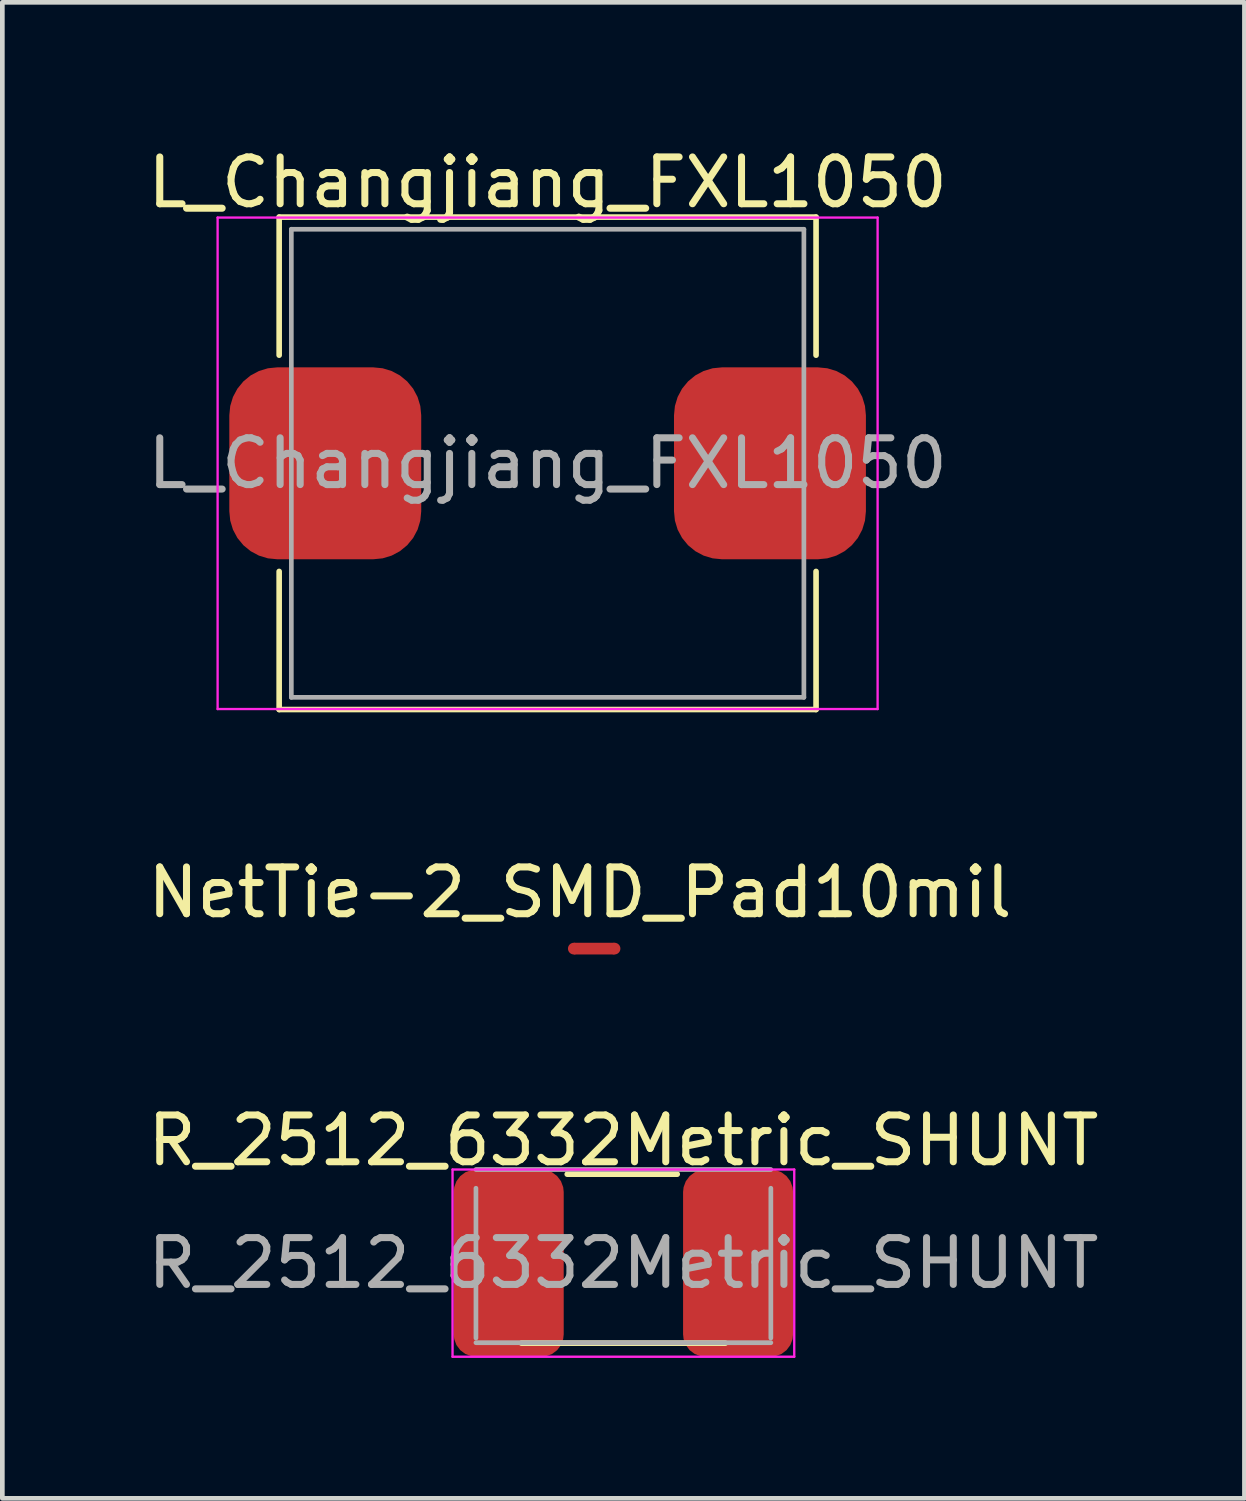
<source format=kicad_pcb>
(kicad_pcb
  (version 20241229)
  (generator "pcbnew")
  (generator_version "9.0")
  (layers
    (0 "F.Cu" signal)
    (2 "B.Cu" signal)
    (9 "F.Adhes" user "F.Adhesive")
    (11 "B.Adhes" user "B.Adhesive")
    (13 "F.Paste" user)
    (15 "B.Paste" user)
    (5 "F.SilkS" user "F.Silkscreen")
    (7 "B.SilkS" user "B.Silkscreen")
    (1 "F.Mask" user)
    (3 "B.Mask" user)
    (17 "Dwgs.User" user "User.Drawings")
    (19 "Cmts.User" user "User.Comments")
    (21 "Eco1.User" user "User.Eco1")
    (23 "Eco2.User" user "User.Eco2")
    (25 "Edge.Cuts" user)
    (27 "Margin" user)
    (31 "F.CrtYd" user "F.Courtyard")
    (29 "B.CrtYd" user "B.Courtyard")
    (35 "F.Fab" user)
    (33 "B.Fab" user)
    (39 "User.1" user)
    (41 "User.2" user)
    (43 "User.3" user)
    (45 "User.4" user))
  (footprint "NetTie-2_SMD_Pad10mil"
    (layer "F.Cu")
    (at 9.339 17.216)
    (property "Reference" "NetTie-2_SMD_Pad10mil" (at 0 -1.2 0) (layer "F.SilkS") (effects (font (size 1 1) (thickness 0.15))))
    (attr exclude_from_pos_files exclude_from_bom allow_missing_courtyard)
    (fp_poly (pts (xy -0.13 -0.125) (xy 0.74 -0.125) (xy 0.74 0.125) (xy -0.13 0.125)) (stroke (width 0) (type solid)) (fill yes) (layer "F.Cu"))
    (pad "1" smd circle (at -0.13 0) (size 0.25 0.25) (layers "F.Cu"))
    (pad "2" smd circle (at 0.74 0) (size 0.25 0.25) (layers "F.Cu")))
  (footprint "R_2512_6332Metric_SHUNT"
    (layer "F.Cu")
    (at 10.268 23.935)
    (property "Reference" "R_2512_6332Metric_SHUNT" (at 0 -2.62 0) (layer "F.SilkS") (effects (font (size 1 1) (thickness 0.15))))
    (attr smd)
    (fp_line (start -2.177 1.71) (end 2.177 1.71) (stroke (width 0.12) (type solid)) (layer "F.SilkS"))
    (fp_line (start -1.2 -1.9) (end 1.15 -1.9) (stroke (width 0.12) (type solid)) (layer "F.SilkS"))
    (fp_line (start -3.65 -2) (end 3.65 -2) (stroke (width 0.05) (type solid)) (layer "F.CrtYd"))
    (fp_line (start -3.65 2) (end -3.65 -2) (stroke (width 0.05) (type solid)) (layer "F.CrtYd"))
    (fp_line (start 3.65 -2) (end 3.65 2) (stroke (width 0.05) (type solid)) (layer "F.CrtYd"))
    (fp_line (start 3.65 2) (end -3.65 2) (stroke (width 0.05) (type solid)) (layer "F.CrtYd"))
    (fp_line (start -3.15 -2) (end 3.15 -2) (stroke (width 0.1) (type solid)) (layer "F.Fab"))
    (fp_line (start -3.15 1.6) (end -3.15 -1.6) (stroke (width 0.1) (type solid)) (layer "F.Fab"))
    (fp_line (start 3.15 -1.6) (end 3.15 1.6) (stroke (width 0.1) (type solid)) (layer "F.Fab"))
    (fp_line (start 3.15 1.7) (end -3.15 1.7) (stroke (width 0.1) (type solid)) (layer "F.Fab"))
    (fp_text user "${REFERENCE}" (at 0 0 0) (layer "F.Fab") (effects (font (size 1 1) (thickness 0.15))))
    (pad "1" smd roundrect (at -2.45 0) (size 2.35 4) (layers "F.Cu" "F.Mask" "F.Paste") (roundrect_rratio 0.204))
    (pad "2" smd roundrect (at 2.45 0) (size 2.35 4) (layers "F.Cu" "F.Mask" "F.Paste") (roundrect_rratio 0.204)))
  (footprint "L_Changjiang_FXL1050"
    (layer "F.Cu")
    (at 8.649 6.848)
    (property "Reference" "L_Changjiang_FXL1050" (at 0 -6 0) (layer "F.SilkS") (effects (font (size 1 1) (thickness 0.15))))
    (attr smd)
    (fp_line (start -5.735 -5.26) (end -5.735 -2.31) (stroke (width 0.12) (type solid)) (layer "F.SilkS"))
    (fp_line (start -5.735 -5.26) (end 5.735 -5.26) (stroke (width 0.12) (type solid)) (layer "F.SilkS"))
    (fp_line (start -5.735 5.26) (end -5.735 2.31) (stroke (width 0.12) (type solid)) (layer "F.SilkS"))
    (fp_line (start -5.735 5.26) (end 5.735 5.26) (stroke (width 0.12) (type solid)) (layer "F.SilkS"))
    (fp_line (start 5.735 -5.26) (end 5.735 -2.31) (stroke (width 0.12) (type solid)) (layer "F.SilkS"))
    (fp_line (start 5.735 5.26) (end 5.735 2.31) (stroke (width 0.12) (type solid)) (layer "F.SilkS"))
    (fp_line (start -7.05 -5.25) (end -7.05 5.25) (stroke (width 0.05) (type solid)) (layer "F.CrtYd"))
    (fp_line (start -7.05 5.25) (end 7.05 5.25) (stroke (width 0.05) (type solid)) (layer "F.CrtYd"))
    (fp_line (start 7.05 -5.25) (end -7.05 -5.25) (stroke (width 0.05) (type solid)) (layer "F.CrtYd"))
    (fp_line (start 7.05 5.25) (end 7.05 -5.25) (stroke (width 0.05) (type solid)) (layer "F.CrtYd"))
    (fp_line (start -5.475 -5) (end -5.475 5) (stroke (width 0.1) (type solid)) (layer "F.Fab"))
    (fp_line (start -5.475 5) (end 5.475 5) (stroke (width 0.1) (type solid)) (layer "F.Fab"))
    (fp_line (start 5.475 -5) (end -5.475 -5) (stroke (width 0.1) (type solid)) (layer "F.Fab"))
    (fp_line (start 5.475 5) (end 5.475 -5) (stroke (width 0.1) (type solid)) (layer "F.Fab"))
    (fp_text user "${REFERENCE}" (at 0 0 0) (layer "F.Fab") (effects (font (size 1 1) (thickness 0.15))))
    (pad "1" smd roundrect (at -4.75 0) (size 4.1 4.1) (layers "F.Cu" "F.Mask" "F.Paste") (roundrect_rratio 0.25))
    (pad "2" smd roundrect (at 4.75 0) (size 4.1 4.1) (layers "F.Cu" "F.Mask" "F.Paste") (roundrect_rratio 0.25)))
  (gr_rect
    (start -3 -3)
    (end 23.536 28.96)
    (stroke (width 0.1) (type default))
    (fill no)
    (layer "Edge.Cuts")))
</source>
